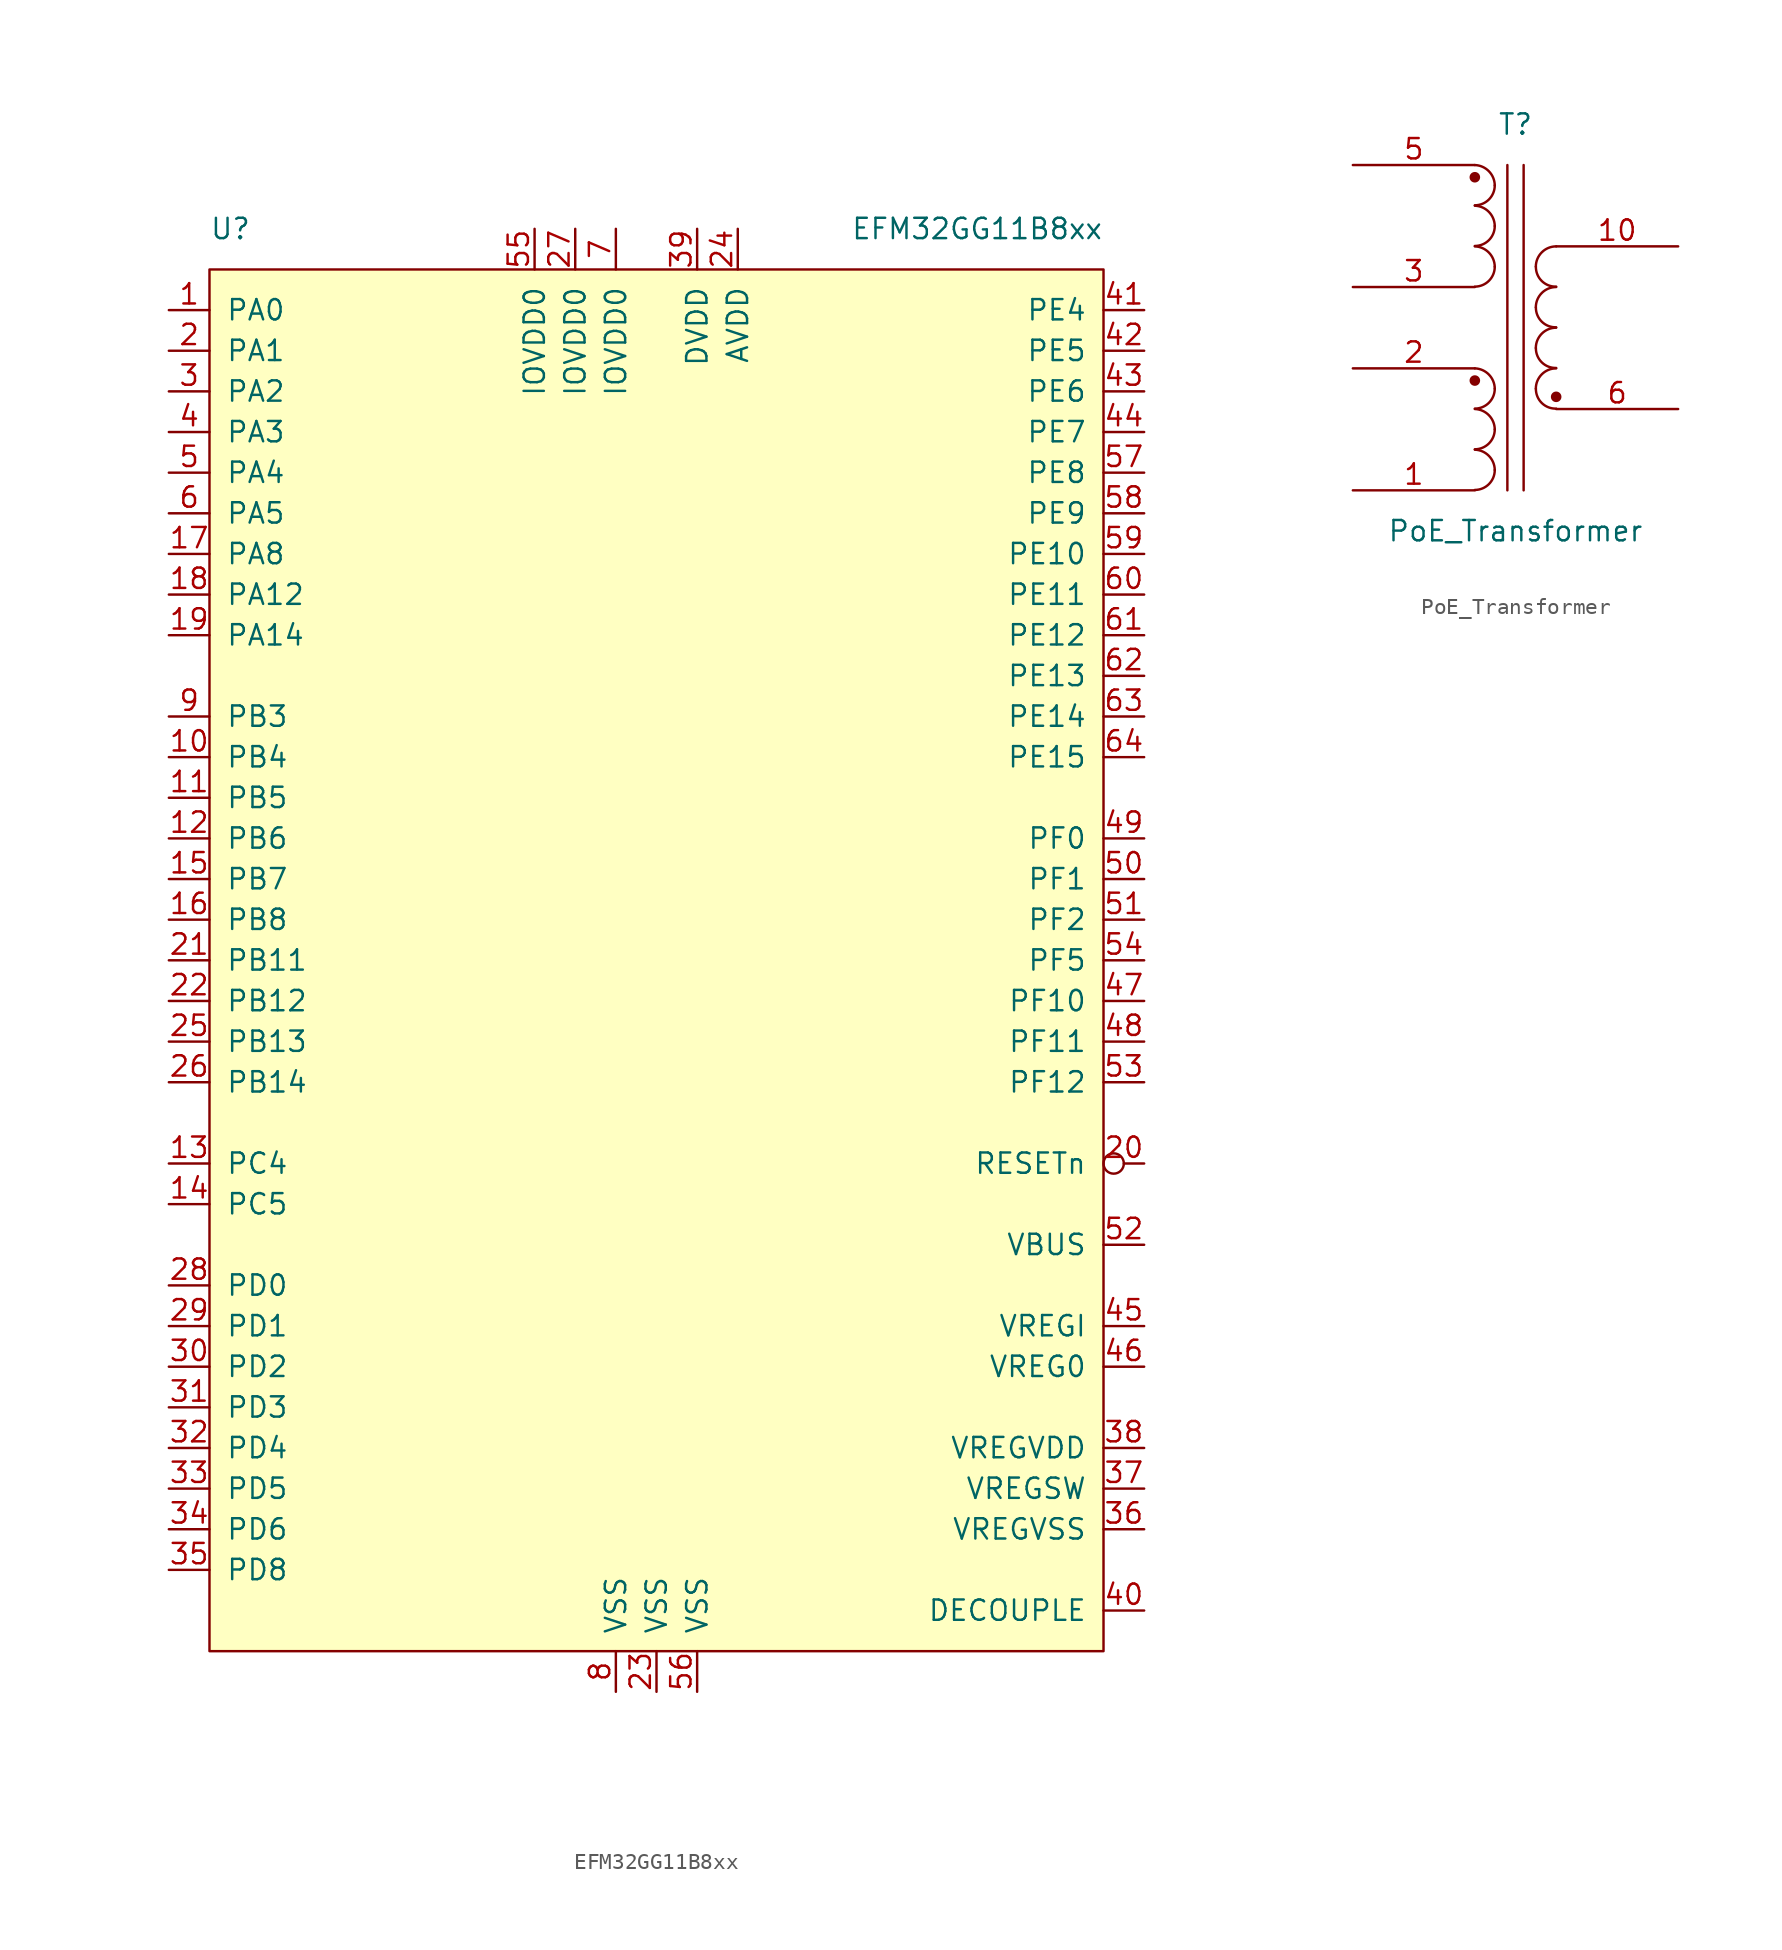
<source format=kicad_sym>
(kicad_symbol_lib
  (version 20211014)
  (generator kicad_symbol_editor)
  (symbol "EFM32GG11B8xx"
    (pin_names
      (offset 1.016))
    (property "Reference" "U"
      (at -27.94 45.72 0)
      (effects (font (size 1.27 1.27)) (justify left)))
    (property "Value" "EFM32GG11B8xx"
      (at 27.94 45.72 0)
      (effects (font (size 1.27 1.27)) (justify right)))
    (symbol "EFM32GG11B8xx_0_1"
      (rectangle (start -27.94 -43.18) (end 27.94 43.18) (stroke (width 0) (type default) (color 0 0 0 0)) (fill (type background))))
    (symbol "EFM32GG11B8xx_1_1"
      (pin bidirectional line (at -30.48 40.64 0) (length 2.54) (name "PA0" (effects (font (size 1.27 1.27)))) (number "1" (effects (font (size 1.27 1.27)))))
      (pin bidirectional line (at -30.48 12.7 0) (length 2.54) (name "PB4" (effects (font (size 1.27 1.27)))) (number "10" (effects (font (size 1.27 1.27)))))
      (pin bidirectional line (at -30.48 10.16 0) (length 2.54) (name "PB5" (effects (font (size 1.27 1.27)))) (number "11" (effects (font (size 1.27 1.27)))))
      (pin bidirectional line (at -30.48 7.62 0) (length 2.54) (name "PB6" (effects (font (size 1.27 1.27)))) (number "12" (effects (font (size 1.27 1.27)))))
      (pin bidirectional line (at -30.48 -12.7 0) (length 2.54) (name "PC4" (effects (font (size 1.27 1.27)))) (number "13" (effects (font (size 1.27 1.27)))))
      (pin bidirectional line (at -30.48 -15.24 0) (length 2.54) (name "PC5" (effects (font (size 1.27 1.27)))) (number "14" (effects (font (size 1.27 1.27)))))
      (pin bidirectional line (at -30.48 5.08 0) (length 2.54) (name "PB7" (effects (font (size 1.27 1.27)))) (number "15" (effects (font (size 1.27 1.27)))))
      (pin bidirectional line (at -30.48 2.54 0) (length 2.54) (name "PB8" (effects (font (size 1.27 1.27)))) (number "16" (effects (font (size 1.27 1.27)))))
      (pin bidirectional line (at -30.48 25.4 0) (length 2.54) (name "PA8" (effects (font (size 1.27 1.27)))) (number "17" (effects (font (size 1.27 1.27)))))
      (pin bidirectional line (at -30.48 22.86 0) (length 2.54) (name "PA12" (effects (font (size 1.27 1.27)))) (number "18" (effects (font (size 1.27 1.27)))))
      (pin bidirectional line (at -30.48 20.32 0) (length 2.54) (name "PA14" (effects (font (size 1.27 1.27)))) (number "19" (effects (font (size 1.27 1.27)))))
      (pin bidirectional line (at -30.48 38.1 0) (length 2.54) (name "PA1" (effects (font (size 1.27 1.27)))) (number "2" (effects (font (size 1.27 1.27)))))
      (pin input inverted (at 30.48 -12.7 180) (length 2.54) (name "RESETn" (effects (font (size 1.27 1.27)))) (number "20" (effects (font (size 1.27 1.27)))))
      (pin bidirectional line (at -30.48 0 0) (length 2.54) (name "PB11" (effects (font (size 1.27 1.27)))) (number "21" (effects (font (size 1.27 1.27)))))
      (pin bidirectional line (at -30.48 -2.54 0) (length 2.54) (name "PB12" (effects (font (size 1.27 1.27)))) (number "22" (effects (font (size 1.27 1.27)))))
      (pin power_in line (at 0 -45.72 90) (length 2.54) (name "VSS" (effects (font (size 1.27 1.27)))) (number "23" (effects (font (size 1.27 1.27)))))
      (pin power_in line (at 5.08 45.72 270) (length 2.54) (name "AVDD" (effects (font (size 1.27 1.27)))) (number "24" (effects (font (size 1.27 1.27)))))
      (pin bidirectional line (at -30.48 -5.08 0) (length 2.54) (name "PB13" (effects (font (size 1.27 1.27)))) (number "25" (effects (font (size 1.27 1.27)))))
      (pin bidirectional line (at -30.48 -7.62 0) (length 2.54) (name "PB14" (effects (font (size 1.27 1.27)))) (number "26" (effects (font (size 1.27 1.27)))))
      (pin power_in line (at -5.08 45.72 270) (length 2.54) (name "IOVDD0" (effects (font (size 1.27 1.27)))) (number "27" (effects (font (size 1.27 1.27)))))
      (pin bidirectional line (at -30.48 -20.32 0) (length 2.54) (name "PD0" (effects (font (size 1.27 1.27)))) (number "28" (effects (font (size 1.27 1.27)))))
      (pin bidirectional line (at -30.48 -22.86 0) (length 2.54) (name "PD1" (effects (font (size 1.27 1.27)))) (number "29" (effects (font (size 1.27 1.27)))))
      (pin bidirectional line (at -30.48 35.56 0) (length 2.54) (name "PA2" (effects (font (size 1.27 1.27)))) (number "3" (effects (font (size 1.27 1.27)))))
      (pin bidirectional line (at -30.48 -25.4 0) (length 2.54) (name "PD2" (effects (font (size 1.27 1.27)))) (number "30" (effects (font (size 1.27 1.27)))))
      (pin bidirectional line (at -30.48 -27.94 0) (length 2.54) (name "PD3" (effects (font (size 1.27 1.27)))) (number "31" (effects (font (size 1.27 1.27)))))
      (pin bidirectional line (at -30.48 -30.48 0) (length 2.54) (name "PD4" (effects (font (size 1.27 1.27)))) (number "32" (effects (font (size 1.27 1.27)))))
      (pin bidirectional line (at -30.48 -33.02 0) (length 2.54) (name "PD5" (effects (font (size 1.27 1.27)))) (number "33" (effects (font (size 1.27 1.27)))))
      (pin bidirectional line (at -30.48 -35.56 0) (length 2.54) (name "PD6" (effects (font (size 1.27 1.27)))) (number "34" (effects (font (size 1.27 1.27)))))
      (pin bidirectional line (at -30.48 -38.1 0) (length 2.54) (name "PD8" (effects (font (size 1.27 1.27)))) (number "35" (effects (font (size 1.27 1.27)))))
      (pin power_in line (at 30.48 -35.56 180) (length 2.54) (name "VREGVSS" (effects (font (size 1.27 1.27)))) (number "36" (effects (font (size 1.27 1.27)))))
      (pin power_in line (at 30.48 -33.02 180) (length 2.54) (name "VREGSW" (effects (font (size 1.27 1.27)))) (number "37" (effects (font (size 1.27 1.27)))))
      (pin power_in line (at 30.48 -30.48 180) (length 2.54) (name "VREGVDD" (effects (font (size 1.27 1.27)))) (number "38" (effects (font (size 1.27 1.27)))))
      (pin power_in line (at 2.54 45.72 270) (length 2.54) (name "DVDD" (effects (font (size 1.27 1.27)))) (number "39" (effects (font (size 1.27 1.27)))))
      (pin bidirectional line (at -30.48 33.02 0) (length 2.54) (name "PA3" (effects (font (size 1.27 1.27)))) (number "4" (effects (font (size 1.27 1.27)))))
      (pin power_in line (at 30.48 -40.64 180) (length 2.54) (name "DECOUPLE" (effects (font (size 1.27 1.27)))) (number "40" (effects (font (size 1.27 1.27)))))
      (pin bidirectional line (at 30.48 40.64 180) (length 2.54) (name "PE4" (effects (font (size 1.27 1.27)))) (number "41" (effects (font (size 1.27 1.27)))))
      (pin bidirectional line (at 30.48 38.1 180) (length 2.54) (name "PE5" (effects (font (size 1.27 1.27)))) (number "42" (effects (font (size 1.27 1.27)))))
      (pin bidirectional line (at 30.48 35.56 180) (length 2.54) (name "PE6" (effects (font (size 1.27 1.27)))) (number "43" (effects (font (size 1.27 1.27)))))
      (pin bidirectional line (at 30.48 33.02 180) (length 2.54) (name "PE7" (effects (font (size 1.27 1.27)))) (number "44" (effects (font (size 1.27 1.27)))))
      (pin power_in line (at 30.48 -22.86 180) (length 2.54) (name "VREGI" (effects (font (size 1.27 1.27)))) (number "45" (effects (font (size 1.27 1.27)))))
      (pin power_out line (at 30.48 -25.4 180) (length 2.54) (name "VREG0" (effects (font (size 1.27 1.27)))) (number "46" (effects (font (size 1.27 1.27)))))
      (pin bidirectional line (at 30.48 -2.54 180) (length 2.54) (name "PF10" (effects (font (size 1.27 1.27)))) (number "47" (effects (font (size 1.27 1.27)))))
      (pin bidirectional line (at 30.48 -5.08 180) (length 2.54) (name "PF11" (effects (font (size 1.27 1.27)))) (number "48" (effects (font (size 1.27 1.27)))))
      (pin bidirectional line (at 30.48 7.62 180) (length 2.54) (name "PF0" (effects (font (size 1.27 1.27)))) (number "49" (effects (font (size 1.27 1.27)))))
      (pin bidirectional line (at -30.48 30.48 0) (length 2.54) (name "PA4" (effects (font (size 1.27 1.27)))) (number "5" (effects (font (size 1.27 1.27)))))
      (pin bidirectional line (at 30.48 5.08 180) (length 2.54) (name "PF1" (effects (font (size 1.27 1.27)))) (number "50" (effects (font (size 1.27 1.27)))))
      (pin bidirectional line (at 30.48 2.54 180) (length 2.54) (name "PF2" (effects (font (size 1.27 1.27)))) (number "51" (effects (font (size 1.27 1.27)))))
      (pin power_in line (at 30.48 -17.78 180) (length 2.54) (name "VBUS" (effects (font (size 1.27 1.27)))) (number "52" (effects (font (size 1.27 1.27)))))
      (pin bidirectional line (at 30.48 -7.62 180) (length 2.54) (name "PF12" (effects (font (size 1.27 1.27)))) (number "53" (effects (font (size 1.27 1.27)))))
      (pin bidirectional line (at 30.48 0 180) (length 2.54) (name "PF5" (effects (font (size 1.27 1.27)))) (number "54" (effects (font (size 1.27 1.27)))))
      (pin power_in line (at -7.62 45.72 270) (length 2.54) (name "IOVDD0" (effects (font (size 1.27 1.27)))) (number "55" (effects (font (size 1.27 1.27)))))
      (pin power_in line (at 2.54 -45.72 90) (length 2.54) (name "VSS" (effects (font (size 1.27 1.27)))) (number "56" (effects (font (size 1.27 1.27)))))
      (pin bidirectional line (at 30.48 30.48 180) (length 2.54) (name "PE8" (effects (font (size 1.27 1.27)))) (number "57" (effects (font (size 1.27 1.27)))))
      (pin bidirectional line (at 30.48 27.94 180) (length 2.54) (name "PE9" (effects (font (size 1.27 1.27)))) (number "58" (effects (font (size 1.27 1.27)))))
      (pin bidirectional line (at 30.48 25.4 180) (length 2.54) (name "PE10" (effects (font (size 1.27 1.27)))) (number "59" (effects (font (size 1.27 1.27)))))
      (pin bidirectional line (at -30.48 27.94 0) (length 2.54) (name "PA5" (effects (font (size 1.27 1.27)))) (number "6" (effects (font (size 1.27 1.27)))))
      (pin bidirectional line (at 30.48 22.86 180) (length 2.54) (name "PE11" (effects (font (size 1.27 1.27)))) (number "60" (effects (font (size 1.27 1.27)))))
      (pin bidirectional line (at 30.48 20.32 180) (length 2.54) (name "PE12" (effects (font (size 1.27 1.27)))) (number "61" (effects (font (size 1.27 1.27)))))
      (pin bidirectional line (at 30.48 17.78 180) (length 2.54) (name "PE13" (effects (font (size 1.27 1.27)))) (number "62" (effects (font (size 1.27 1.27)))))
      (pin bidirectional line (at 30.48 15.24 180) (length 2.54) (name "PE14" (effects (font (size 1.27 1.27)))) (number "63" (effects (font (size 1.27 1.27)))))
      (pin bidirectional line (at 30.48 12.7 180) (length 2.54) (name "PE15" (effects (font (size 1.27 1.27)))) (number "64" (effects (font (size 1.27 1.27)))))
      (pin power_in line (at -2.54 45.72 270) (length 2.54) (name "IOVDD0" (effects (font (size 1.27 1.27)))) (number "7" (effects (font (size 1.27 1.27)))))
      (pin power_in line (at -2.54 -45.72 90) (length 2.54) (name "VSS" (effects (font (size 1.27 1.27)))) (number "8" (effects (font (size 1.27 1.27)))))
      (pin bidirectional line (at -30.48 15.24 0) (length 2.54) (name "PB3" (effects (font (size 1.27 1.27)))) (number "9" (effects (font (size 1.27 1.27)))))))
  (symbol "PoE_Transformer"
    (pin_names
      (offset 1.016) hide)
    (property "Reference" "T"
      (at 0 12.7 0)
      (effects (font (size 1.27 1.27))))
    (property "Value" "PoE_Transformer"
      (at 0 -12.7 0)
      (effects (font (size 1.27 1.27))))
    (symbol "PoE_Transformer_0_1"
      (arc (start -2.54 -10.1346) (mid -1.6599 -9.7701) (end -1.2954 -8.89) (stroke (width 0) (type default) (color 0 0 0 0)) (fill (type none)))
      (arc (start -2.54 -7.5946) (mid -1.6599 -7.2301) (end -1.2954 -6.35) (stroke (width 0) (type default) (color 0 0 0 0)) (fill (type none)))
      (arc (start -2.54 -5.0546) (mid -1.6599 -4.6901) (end -1.2954 -3.81) (stroke (width 0) (type default) (color 0 0 0 0)) (fill (type none)))
      (circle (center -2.54 -3.302) (radius 0.254) (stroke (width 0) (type default) (color 0 0 0 0)) (fill (type outline)))
      (arc (start -2.54 2.5654) (mid -1.6599 2.9299) (end -1.2954 3.81) (stroke (width 0) (type default) (color 0 0 0 0)) (fill (type none)))
      (arc (start -2.54 5.1054) (mid -1.6599 5.4699) (end -1.2954 6.35) (stroke (width 0) (type default) (color 0 0 0 0)) (fill (type none)))
      (arc (start -2.54 7.6454) (mid -1.6599 8.0099) (end -1.2954 8.89) (stroke (width 0) (type default) (color 0 0 0 0)) (fill (type none)))
      (circle (center -2.54 9.398) (radius 0.254) (stroke (width 0) (type default) (color 0 0 0 0)) (fill (type outline)))
      (arc (start -1.2954 -8.89) (mid -1.6599 -8.0099) (end -2.54 -7.62) (stroke (width 0) (type default) (color 0 0 0 0)) (fill (type none)))
      (arc (start -1.2954 -6.35) (mid -1.6599 -5.4699) (end -2.54 -5.08) (stroke (width 0) (type default) (color 0 0 0 0)) (fill (type none)))
      (arc (start -1.2954 -3.81) (mid -1.6599 -2.9299) (end -2.54 -2.54) (stroke (width 0) (type default) (color 0 0 0 0)) (fill (type none)))
      (arc (start -1.2954 3.81) (mid -1.6599 4.6901) (end -2.54 5.08) (stroke (width 0) (type default) (color 0 0 0 0)) (fill (type none)))
      (arc (start -1.2954 6.35) (mid -1.6599 7.2301) (end -2.54 7.62) (stroke (width 0) (type default) (color 0 0 0 0)) (fill (type none)))
      (arc (start -1.2954 8.89) (mid -1.6599 9.7701) (end -2.54 10.16) (stroke (width 0) (type default) (color 0 0 0 0)) (fill (type none)))
      (polyline (pts (xy -0.508 10.16) (xy -0.508 -10.16)) (stroke (width 0) (type default) (color 0 0 0 0)) (fill (type none)))
      (polyline (pts (xy 0.508 -10.16) (xy 0.508 10.16)) (stroke (width 0) (type default) (color 0 0 0 0)) (fill (type none)))
      (arc (start 1.27 -3.81) (mid 1.642 -4.708) (end 2.54 -5.0546) (stroke (width 0) (type default) (color 0 0 0 0)) (fill (type none)))
      (arc (start 1.27 -1.27) (mid 1.642 -2.168) (end 2.54 -2.5146) (stroke (width 0) (type default) (color 0 0 0 0)) (fill (type none)))
      (arc (start 1.27 1.27) (mid 1.642 0.372) (end 2.54 0.0254) (stroke (width 0) (type default) (color 0 0 0 0)) (fill (type none)))
      (arc (start 1.27 3.81) (mid 1.642 2.912) (end 2.54 2.5654) (stroke (width 0) (type default) (color 0 0 0 0)) (fill (type none)))
      (circle (center 2.54 -4.318) (radius 0.254) (stroke (width 0) (type default) (color 0 0 0 0)) (fill (type outline)))
      (arc (start 2.54 -2.54) (mid 1.642 -2.912) (end 1.27 -3.81) (stroke (width 0) (type default) (color 0 0 0 0)) (fill (type none)))
      (arc (start 2.54 0) (mid 1.642 -0.372) (end 1.27 -1.27) (stroke (width 0) (type default) (color 0 0 0 0)) (fill (type none)))
      (arc (start 2.54 2.54) (mid 1.642 2.168) (end 1.27 1.27) (stroke (width 0) (type default) (color 0 0 0 0)) (fill (type none)))
      (arc (start 2.54 5.08) (mid 1.642 4.708) (end 1.27 3.81) (stroke (width 0) (type default) (color 0 0 0 0)) (fill (type none))))
    (symbol "PoE_Transformer_1_1"
      (pin passive line (at -10.16 -10.16 0) (length 7.62) (name "SD" (effects (font (size 1.27 1.27)))) (number "1" (effects (font (size 1.27 1.27)))))
      (pin passive line (at 10.16 5.08 180) (length 7.62) (name "AA" (effects (font (size 1.27 1.27)))) (number "10" (effects (font (size 1.27 1.27)))))
      (pin passive line (at -10.16 -2.54 0) (length 7.62) (name "SC" (effects (font (size 1.27 1.27)))) (number "2" (effects (font (size 1.27 1.27)))))
      (pin passive line (at -10.16 2.54 0) (length 7.62) (name "SB" (effects (font (size 1.27 1.27)))) (number "3" (effects (font (size 1.27 1.27)))))
      (pin passive line (at -10.16 10.16 0) (length 7.62) (name "SA" (effects (font (size 1.27 1.27)))) (number "5" (effects (font (size 1.27 1.27)))))
      (pin passive line (at 10.16 -5.08 180) (length 7.62) (name "AB" (effects (font (size 1.27 1.27)))) (number "6" (effects (font (size 1.27 1.27))))))))
</source>
